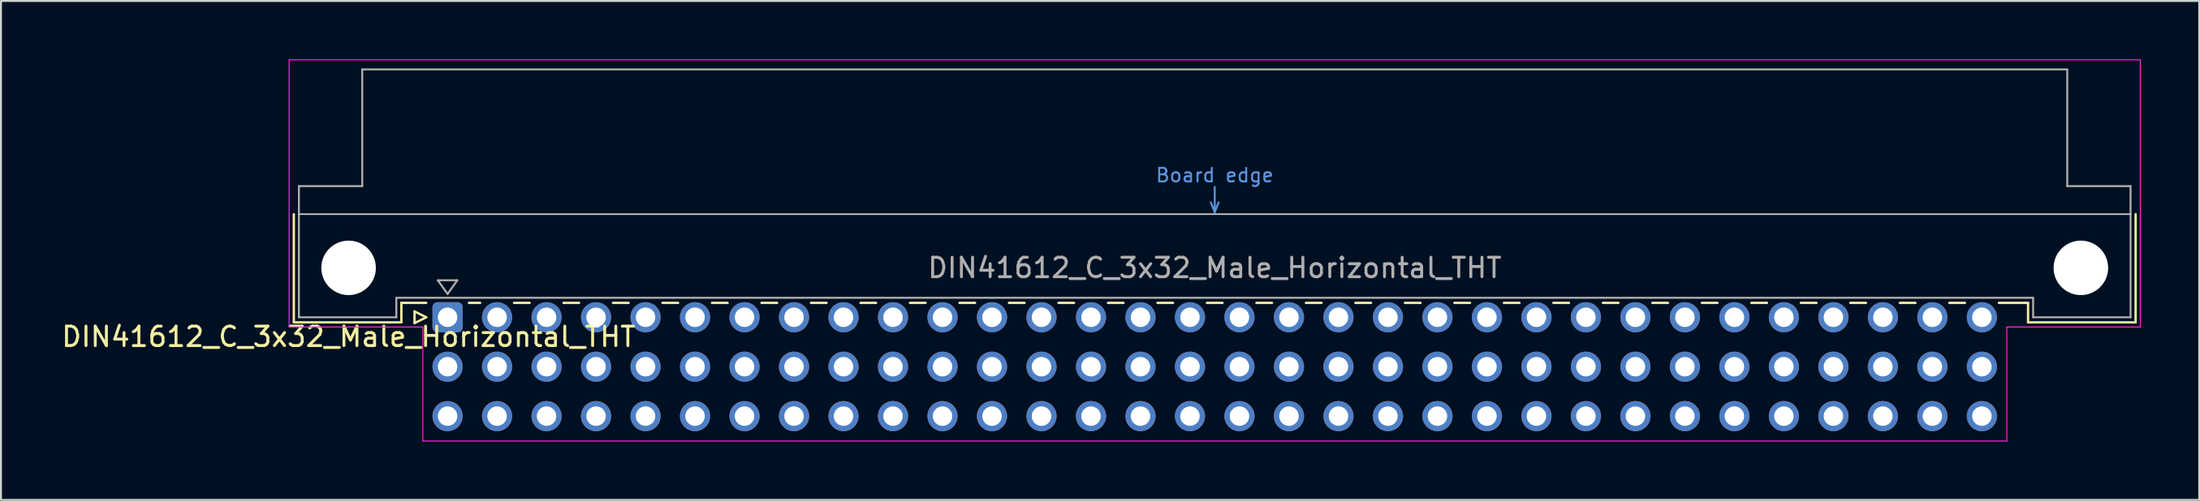
<source format=kicad_pcb>
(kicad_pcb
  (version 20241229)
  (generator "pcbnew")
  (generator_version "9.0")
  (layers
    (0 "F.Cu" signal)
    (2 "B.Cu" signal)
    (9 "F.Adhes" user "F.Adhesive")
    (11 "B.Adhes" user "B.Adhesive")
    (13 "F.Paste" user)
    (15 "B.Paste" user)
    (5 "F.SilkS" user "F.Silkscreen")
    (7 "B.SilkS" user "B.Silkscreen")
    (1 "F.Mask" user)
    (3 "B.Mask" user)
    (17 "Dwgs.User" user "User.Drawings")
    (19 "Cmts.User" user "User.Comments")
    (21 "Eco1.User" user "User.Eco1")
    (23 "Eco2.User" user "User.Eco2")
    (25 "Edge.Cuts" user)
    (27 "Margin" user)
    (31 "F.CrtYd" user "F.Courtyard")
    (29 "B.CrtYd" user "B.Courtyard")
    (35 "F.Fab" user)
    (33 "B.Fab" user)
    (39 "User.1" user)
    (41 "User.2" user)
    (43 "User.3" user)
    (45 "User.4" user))
  (footprint "DIN41612_C_3x32_Male_Horizontal_THT"
    (layer "F.Cu")
    (at 19.919 13.255)
    (property "Reference" "DIN41612_C_3x32_Male_Horizontal_THT" (at -5.08 1 0) (layer "F.SilkS") (effects (font (size 1 1) (thickness 0.15))))
    (attr through_hole)
    (fp_line (start -7.89 -5.3) (end -7.89 0.26) (stroke (width 0.12) (type solid)) (layer "F.SilkS"))
    (fp_line (start -7.89 0.26) (end -2.37 0.26) (stroke (width 0.12) (type solid)) (layer "F.SilkS"))
    (fp_line (start -2.371 -0.74) (end -1.095 -0.74) (stroke (width 0.12) (type solid)) (layer "F.SilkS"))
    (fp_line (start -2.37 0.26) (end -2.37 -0.74) (stroke (width 0.12) (type solid)) (layer "F.SilkS"))
    (fp_line (start -1.695 -0.3) (end -1.695 0.3) (stroke (width 0.12) (type solid)) (layer "F.SilkS"))
    (fp_line (start -1.695 0.3) (end -1.095 0) (stroke (width 0.12) (type solid)) (layer "F.SilkS"))
    (fp_line (start -1.095 0) (end -1.695 -0.3) (stroke (width 0.12) (type solid)) (layer "F.SilkS"))
    (fp_line (start 1.095 -0.74) (end 1.671 -0.74) (stroke (width 0.12) (type solid)) (layer "F.SilkS"))
    (fp_line (start 3.41 -0.74) (end 4.211 -0.74) (stroke (width 0.12) (type solid)) (layer "F.SilkS"))
    (fp_line (start 5.95 -0.74) (end 6.751 -0.74) (stroke (width 0.12) (type solid)) (layer "F.SilkS"))
    (fp_line (start 8.49 -0.74) (end 9.291 -0.74) (stroke (width 0.12) (type solid)) (layer "F.SilkS"))
    (fp_line (start 11.03 -0.74) (end 11.831 -0.74) (stroke (width 0.12) (type solid)) (layer "F.SilkS"))
    (fp_line (start 13.57 -0.74) (end 14.371 -0.74) (stroke (width 0.12) (type solid)) (layer "F.SilkS"))
    (fp_line (start 16.11 -0.74) (end 16.911 -0.74) (stroke (width 0.12) (type solid)) (layer "F.SilkS"))
    (fp_line (start 18.65 -0.74) (end 19.451 -0.74) (stroke (width 0.12) (type solid)) (layer "F.SilkS"))
    (fp_line (start 21.19 -0.74) (end 21.991 -0.74) (stroke (width 0.12) (type solid)) (layer "F.SilkS"))
    (fp_line (start 23.73 -0.74) (end 24.531 -0.74) (stroke (width 0.12) (type solid)) (layer "F.SilkS"))
    (fp_line (start 26.27 -0.74) (end 27.071 -0.74) (stroke (width 0.12) (type solid)) (layer "F.SilkS"))
    (fp_line (start 28.81 -0.74) (end 29.611 -0.74) (stroke (width 0.12) (type solid)) (layer "F.SilkS"))
    (fp_line (start 31.35 -0.74) (end 32.151 -0.74) (stroke (width 0.12) (type solid)) (layer "F.SilkS"))
    (fp_line (start 33.89 -0.74) (end 34.691 -0.74) (stroke (width 0.12) (type solid)) (layer "F.SilkS"))
    (fp_line (start 36.43 -0.74) (end 37.231 -0.74) (stroke (width 0.12) (type solid)) (layer "F.SilkS"))
    (fp_line (start 38.97 -0.74) (end 39.771 -0.74) (stroke (width 0.12) (type solid)) (layer "F.SilkS"))
    (fp_line (start 41.51 -0.74) (end 42.311 -0.74) (stroke (width 0.12) (type solid)) (layer "F.SilkS"))
    (fp_line (start 44.05 -0.74) (end 44.851 -0.74) (stroke (width 0.12) (type solid)) (layer "F.SilkS"))
    (fp_line (start 46.59 -0.74) (end 47.391 -0.74) (stroke (width 0.12) (type solid)) (layer "F.SilkS"))
    (fp_line (start 49.13 -0.74) (end 49.931 -0.74) (stroke (width 0.12) (type solid)) (layer "F.SilkS"))
    (fp_line (start 51.67 -0.74) (end 52.471 -0.74) (stroke (width 0.12) (type solid)) (layer "F.SilkS"))
    (fp_line (start 54.21 -0.74) (end 55.011 -0.74) (stroke (width 0.12) (type solid)) (layer "F.SilkS"))
    (fp_line (start 56.75 -0.74) (end 57.551 -0.74) (stroke (width 0.12) (type solid)) (layer "F.SilkS"))
    (fp_line (start 59.29 -0.74) (end 60.091 -0.74) (stroke (width 0.12) (type solid)) (layer "F.SilkS"))
    (fp_line (start 61.83 -0.74) (end 62.631 -0.74) (stroke (width 0.12) (type solid)) (layer "F.SilkS"))
    (fp_line (start 64.37 -0.74) (end 65.171 -0.74) (stroke (width 0.12) (type solid)) (layer "F.SilkS"))
    (fp_line (start 66.91 -0.74) (end 67.711 -0.74) (stroke (width 0.12) (type solid)) (layer "F.SilkS"))
    (fp_line (start 69.45 -0.74) (end 70.251 -0.74) (stroke (width 0.12) (type solid)) (layer "F.SilkS"))
    (fp_line (start 71.99 -0.74) (end 72.791 -0.74) (stroke (width 0.12) (type solid)) (layer "F.SilkS"))
    (fp_line (start 74.53 -0.74) (end 75.331 -0.74) (stroke (width 0.12) (type solid)) (layer "F.SilkS"))
    (fp_line (start 77.07 -0.74) (end 77.871 -0.74) (stroke (width 0.12) (type solid)) (layer "F.SilkS"))
    (fp_line (start 79.61 -0.74) (end 81.11 -0.74) (stroke (width 0.12) (type solid)) (layer "F.SilkS"))
    (fp_line (start 81.11 0.26) (end 81.11 -0.74) (stroke (width 0.12) (type solid)) (layer "F.SilkS"))
    (fp_line (start 86.63 -5.3) (end 86.63 0.26) (stroke (width 0.12) (type solid)) (layer "F.SilkS"))
    (fp_line (start 86.63 0.26) (end 81.11 0.26) (stroke (width 0.12) (type solid)) (layer "F.SilkS"))
    (fp_line (start -7.63 -5.3) (end 86.37 -5.3) (stroke (width 0.08) (type solid)) (layer "Dwgs.User"))
    (fp_line (start 39.17 -5.9) (end 39.37 -5.4) (stroke (width 0.1) (type solid)) (layer "Cmts.User"))
    (fp_line (start 39.37 -5.4) (end 39.37 -6.7) (stroke (width 0.1) (type solid)) (layer "Cmts.User"))
    (fp_line (start 39.37 -5.4) (end 39.57 -5.9) (stroke (width 0.1) (type solid)) (layer "Cmts.User"))
    (fp_line (start -8.13 -13.23) (end -8.13 0.5) (stroke (width 0.05) (type solid)) (layer "F.CrtYd"))
    (fp_line (start -8.13 0.5) (end -1.27 0.5) (stroke (width 0.05) (type solid)) (layer "F.CrtYd"))
    (fp_line (start -1.27 0.5) (end -1.27 6.36) (stroke (width 0.05) (type solid)) (layer "F.CrtYd"))
    (fp_line (start -1.27 6.36) (end 80.02 6.36) (stroke (width 0.05) (type solid)) (layer "F.CrtYd"))
    (fp_line (start 80.02 0.5) (end 86.87 0.5) (stroke (width 0.05) (type solid)) (layer "F.CrtYd"))
    (fp_line (start 80.02 6.36) (end 80.02 0.5) (stroke (width 0.05) (type solid)) (layer "F.CrtYd"))
    (fp_line (start 86.87 -13.23) (end -8.13 -13.23) (stroke (width 0.05) (type solid)) (layer "F.CrtYd"))
    (fp_line (start 86.87 0.5) (end 86.87 -13.23) (stroke (width 0.05) (type solid)) (layer "F.CrtYd"))
    (fp_line (start -7.63 -6.74) (end -7.63 0) (stroke (width 0.1) (type solid)) (layer "F.Fab"))
    (fp_line (start -7.63 0) (end -2.63 0) (stroke (width 0.1) (type solid)) (layer "F.Fab"))
    (fp_line (start -4.38 -12.74) (end -4.38 -6.74) (stroke (width 0.1) (type solid)) (layer "F.Fab"))
    (fp_line (start -4.38 -6.74) (end -7.63 -6.74) (stroke (width 0.1) (type solid)) (layer "F.Fab"))
    (fp_line (start -2.63 -1) (end 81.37 -1) (stroke (width 0.1) (type solid)) (layer "F.Fab"))
    (fp_line (start -2.63 0) (end -2.63 -1) (stroke (width 0.1) (type solid)) (layer "F.Fab"))
    (fp_line (start -0.5 -1.9) (end 0.5 -1.9) (stroke (width 0.1) (type solid)) (layer "F.Fab"))
    (fp_line (start 0 -1.2) (end -0.5 -1.9) (stroke (width 0.1) (type solid)) (layer "F.Fab"))
    (fp_line (start 0.5 -1.9) (end 0 -1.2) (stroke (width 0.1) (type solid)) (layer "F.Fab"))
    (fp_line (start 81.37 -1) (end 81.37 0) (stroke (width 0.1) (type solid)) (layer "F.Fab"))
    (fp_line (start 81.37 0) (end 86.37 0) (stroke (width 0.1) (type solid)) (layer "F.Fab"))
    (fp_line (start 83.12 -12.74) (end -4.38 -12.74) (stroke (width 0.1) (type solid)) (layer "F.Fab"))
    (fp_line (start 83.12 -6.74) (end 83.12 -12.74) (stroke (width 0.1) (type solid)) (layer "F.Fab"))
    (fp_line (start 86.37 -6.74) (end 83.12 -6.74) (stroke (width 0.1) (type solid)) (layer "F.Fab"))
    (fp_line (start 86.37 0) (end 86.37 -6.74) (stroke (width 0.1) (type solid)) (layer "F.Fab"))
    (fp_text user "Board edge" (at 39.37 -7.3 0) (layer "Cmts.User") (effects (font (size 0.7 0.7) (thickness 0.1))))
    (fp_text user "${REFERENCE}" (at 39.37 -2.54 0) (layer "F.Fab") (effects (font (size 1 1) (thickness 0.15))))
    (pad "" np_thru_hole circle (at -5.08 -2.54) (size 2.8 2.8) (drill 2.8) (layers "*.Cu" "*.Mask"))
    (pad "" np_thru_hole circle (at 83.82 -2.54) (size 2.8 2.8) (drill 2.8) (layers "*.Cu" "*.Mask"))
    (pad "a1" thru_hole roundrect (at 0 0) (size 1.55 1.55) (drill 1) (layers "*.Cu" "*.Mask") (roundrect_rratio 0.161))
    (pad "a2" thru_hole circle (at 2.54 0) (size 1.55 1.55) (drill 1) (layers "*.Cu" "*.Mask"))
    (pad "a3" thru_hole circle (at 5.08 0) (size 1.55 1.55) (drill 1) (layers "*.Cu" "*.Mask"))
    (pad "a4" thru_hole circle (at 7.62 0) (size 1.55 1.55) (drill 1) (layers "*.Cu" "*.Mask"))
    (pad "a5" thru_hole circle (at 10.16 0) (size 1.55 1.55) (drill 1) (layers "*.Cu" "*.Mask"))
    (pad "a6" thru_hole circle (at 12.7 0) (size 1.55 1.55) (drill 1) (layers "*.Cu" "*.Mask"))
    (pad "a7" thru_hole circle (at 15.24 0) (size 1.55 1.55) (drill 1) (layers "*.Cu" "*.Mask"))
    (pad "a8" thru_hole circle (at 17.78 0) (size 1.55 1.55) (drill 1) (layers "*.Cu" "*.Mask"))
    (pad "a9" thru_hole circle (at 20.32 0) (size 1.55 1.55) (drill 1) (layers "*.Cu" "*.Mask"))
    (pad "a10" thru_hole circle (at 22.86 0) (size 1.55 1.55) (drill 1) (layers "*.Cu" "*.Mask"))
    (pad "a11" thru_hole circle (at 25.4 0) (size 1.55 1.55) (drill 1) (layers "*.Cu" "*.Mask"))
    (pad "a12" thru_hole circle (at 27.94 0) (size 1.55 1.55) (drill 1) (layers "*.Cu" "*.Mask"))
    (pad "a13" thru_hole circle (at 30.48 0) (size 1.55 1.55) (drill 1) (layers "*.Cu" "*.Mask"))
    (pad "a14" thru_hole circle (at 33.02 0) (size 1.55 1.55) (drill 1) (layers "*.Cu" "*.Mask"))
    (pad "a15" thru_hole circle (at 35.56 0) (size 1.55 1.55) (drill 1) (layers "*.Cu" "*.Mask"))
    (pad "a16" thru_hole circle (at 38.1 0) (size 1.55 1.55) (drill 1) (layers "*.Cu" "*.Mask"))
    (pad "a17" thru_hole circle (at 40.64 0) (size 1.55 1.55) (drill 1) (layers "*.Cu" "*.Mask"))
    (pad "a18" thru_hole circle (at 43.18 0) (size 1.55 1.55) (drill 1) (layers "*.Cu" "*.Mask"))
    (pad "a19" thru_hole circle (at 45.72 0) (size 1.55 1.55) (drill 1) (layers "*.Cu" "*.Mask"))
    (pad "a20" thru_hole circle (at 48.26 0) (size 1.55 1.55) (drill 1) (layers "*.Cu" "*.Mask"))
    (pad "a21" thru_hole circle (at 50.8 0) (size 1.55 1.55) (drill 1) (layers "*.Cu" "*.Mask"))
    (pad "a22" thru_hole circle (at 53.34 0) (size 1.55 1.55) (drill 1) (layers "*.Cu" "*.Mask"))
    (pad "a23" thru_hole circle (at 55.88 0) (size 1.55 1.55) (drill 1) (layers "*.Cu" "*.Mask"))
    (pad "a24" thru_hole circle (at 58.42 0) (size 1.55 1.55) (drill 1) (layers "*.Cu" "*.Mask"))
    (pad "a25" thru_hole circle (at 60.96 0) (size 1.55 1.55) (drill 1) (layers "*.Cu" "*.Mask"))
    (pad "a26" thru_hole circle (at 63.5 0) (size 1.55 1.55) (drill 1) (layers "*.Cu" "*.Mask"))
    (pad "a27" thru_hole circle (at 66.04 0) (size 1.55 1.55) (drill 1) (layers "*.Cu" "*.Mask"))
    (pad "a28" thru_hole circle (at 68.58 0) (size 1.55 1.55) (drill 1) (layers "*.Cu" "*.Mask"))
    (pad "a29" thru_hole circle (at 71.12 0) (size 1.55 1.55) (drill 1) (layers "*.Cu" "*.Mask"))
    (pad "a30" thru_hole circle (at 73.66 0) (size 1.55 1.55) (drill 1) (layers "*.Cu" "*.Mask"))
    (pad "a31" thru_hole circle (at 76.2 0) (size 1.55 1.55) (drill 1) (layers "*.Cu" "*.Mask"))
    (pad "a32" thru_hole circle (at 78.74 0) (size 1.55 1.55) (drill 1) (layers "*.Cu" "*.Mask"))
    (pad "b1" thru_hole circle (at 0 2.54) (size 1.55 1.55) (drill 1) (layers "*.Cu" "*.Mask"))
    (pad "b2" thru_hole circle (at 2.54 2.54) (size 1.55 1.55) (drill 1) (layers "*.Cu" "*.Mask"))
    (pad "b3" thru_hole circle (at 5.08 2.54) (size 1.55 1.55) (drill 1) (layers "*.Cu" "*.Mask"))
    (pad "b4" thru_hole circle (at 7.62 2.54) (size 1.55 1.55) (drill 1) (layers "*.Cu" "*.Mask"))
    (pad "b5" thru_hole circle (at 10.16 2.54) (size 1.55 1.55) (drill 1) (layers "*.Cu" "*.Mask"))
    (pad "b6" thru_hole circle (at 12.7 2.54) (size 1.55 1.55) (drill 1) (layers "*.Cu" "*.Mask"))
    (pad "b7" thru_hole circle (at 15.24 2.54) (size 1.55 1.55) (drill 1) (layers "*.Cu" "*.Mask"))
    (pad "b8" thru_hole circle (at 17.78 2.54) (size 1.55 1.55) (drill 1) (layers "*.Cu" "*.Mask"))
    (pad "b9" thru_hole circle (at 20.32 2.54) (size 1.55 1.55) (drill 1) (layers "*.Cu" "*.Mask"))
    (pad "b10" thru_hole circle (at 22.86 2.54) (size 1.55 1.55) (drill 1) (layers "*.Cu" "*.Mask"))
    (pad "b11" thru_hole circle (at 25.4 2.54) (size 1.55 1.55) (drill 1) (layers "*.Cu" "*.Mask"))
    (pad "b12" thru_hole circle (at 27.94 2.54) (size 1.55 1.55) (drill 1) (layers "*.Cu" "*.Mask"))
    (pad "b13" thru_hole circle (at 30.48 2.54) (size 1.55 1.55) (drill 1) (layers "*.Cu" "*.Mask"))
    (pad "b14" thru_hole circle (at 33.02 2.54) (size 1.55 1.55) (drill 1) (layers "*.Cu" "*.Mask"))
    (pad "b15" thru_hole circle (at 35.56 2.54) (size 1.55 1.55) (drill 1) (layers "*.Cu" "*.Mask"))
    (pad "b16" thru_hole circle (at 38.1 2.54) (size 1.55 1.55) (drill 1) (layers "*.Cu" "*.Mask"))
    (pad "b17" thru_hole circle (at 40.64 2.54) (size 1.55 1.55) (drill 1) (layers "*.Cu" "*.Mask"))
    (pad "b18" thru_hole circle (at 43.18 2.54) (size 1.55 1.55) (drill 1) (layers "*.Cu" "*.Mask"))
    (pad "b19" thru_hole circle (at 45.72 2.54) (size 1.55 1.55) (drill 1) (layers "*.Cu" "*.Mask"))
    (pad "b20" thru_hole circle (at 48.26 2.54) (size 1.55 1.55) (drill 1) (layers "*.Cu" "*.Mask"))
    (pad "b21" thru_hole circle (at 50.8 2.54) (size 1.55 1.55) (drill 1) (layers "*.Cu" "*.Mask"))
    (pad "b22" thru_hole circle (at 53.34 2.54) (size 1.55 1.55) (drill 1) (layers "*.Cu" "*.Mask"))
    (pad "b23" thru_hole circle (at 55.88 2.54) (size 1.55 1.55) (drill 1) (layers "*.Cu" "*.Mask"))
    (pad "b24" thru_hole circle (at 58.42 2.54) (size 1.55 1.55) (drill 1) (layers "*.Cu" "*.Mask"))
    (pad "b25" thru_hole circle (at 60.96 2.54) (size 1.55 1.55) (drill 1) (layers "*.Cu" "*.Mask"))
    (pad "b26" thru_hole circle (at 63.5 2.54) (size 1.55 1.55) (drill 1) (layers "*.Cu" "*.Mask"))
    (pad "b27" thru_hole circle (at 66.04 2.54) (size 1.55 1.55) (drill 1) (layers "*.Cu" "*.Mask"))
    (pad "b28" thru_hole circle (at 68.58 2.54) (size 1.55 1.55) (drill 1) (layers "*.Cu" "*.Mask"))
    (pad "b29" thru_hole circle (at 71.12 2.54) (size 1.55 1.55) (drill 1) (layers "*.Cu" "*.Mask"))
    (pad "b30" thru_hole circle (at 73.66 2.54) (size 1.55 1.55) (drill 1) (layers "*.Cu" "*.Mask"))
    (pad "b31" thru_hole circle (at 76.2 2.54) (size 1.55 1.55) (drill 1) (layers "*.Cu" "*.Mask"))
    (pad "b32" thru_hole circle (at 78.74 2.54) (size 1.55 1.55) (drill 1) (layers "*.Cu" "*.Mask"))
    (pad "c1" thru_hole circle (at 0 5.08) (size 1.55 1.55) (drill 1) (layers "*.Cu" "*.Mask"))
    (pad "c2" thru_hole circle (at 2.54 5.08) (size 1.55 1.55) (drill 1) (layers "*.Cu" "*.Mask"))
    (pad "c3" thru_hole circle (at 5.08 5.08) (size 1.55 1.55) (drill 1) (layers "*.Cu" "*.Mask"))
    (pad "c4" thru_hole circle (at 7.62 5.08) (size 1.55 1.55) (drill 1) (layers "*.Cu" "*.Mask"))
    (pad "c5" thru_hole circle (at 10.16 5.08) (size 1.55 1.55) (drill 1) (layers "*.Cu" "*.Mask"))
    (pad "c6" thru_hole circle (at 12.7 5.08) (size 1.55 1.55) (drill 1) (layers "*.Cu" "*.Mask"))
    (pad "c7" thru_hole circle (at 15.24 5.08) (size 1.55 1.55) (drill 1) (layers "*.Cu" "*.Mask"))
    (pad "c8" thru_hole circle (at 17.78 5.08) (size 1.55 1.55) (drill 1) (layers "*.Cu" "*.Mask"))
    (pad "c9" thru_hole circle (at 20.32 5.08) (size 1.55 1.55) (drill 1) (layers "*.Cu" "*.Mask"))
    (pad "c10" thru_hole circle (at 22.86 5.08) (size 1.55 1.55) (drill 1) (layers "*.Cu" "*.Mask"))
    (pad "c11" thru_hole circle (at 25.4 5.08) (size 1.55 1.55) (drill 1) (layers "*.Cu" "*.Mask"))
    (pad "c12" thru_hole circle (at 27.94 5.08) (size 1.55 1.55) (drill 1) (layers "*.Cu" "*.Mask"))
    (pad "c13" thru_hole circle (at 30.48 5.08) (size 1.55 1.55) (drill 1) (layers "*.Cu" "*.Mask"))
    (pad "c14" thru_hole circle (at 33.02 5.08) (size 1.55 1.55) (drill 1) (layers "*.Cu" "*.Mask"))
    (pad "c15" thru_hole circle (at 35.56 5.08) (size 1.55 1.55) (drill 1) (layers "*.Cu" "*.Mask"))
    (pad "c16" thru_hole circle (at 38.1 5.08) (size 1.55 1.55) (drill 1) (layers "*.Cu" "*.Mask"))
    (pad "c17" thru_hole circle (at 40.64 5.08) (size 1.55 1.55) (drill 1) (layers "*.Cu" "*.Mask"))
    (pad "c18" thru_hole circle (at 43.18 5.08) (size 1.55 1.55) (drill 1) (layers "*.Cu" "*.Mask"))
    (pad "c19" thru_hole circle (at 45.72 5.08) (size 1.55 1.55) (drill 1) (layers "*.Cu" "*.Mask"))
    (pad "c20" thru_hole circle (at 48.26 5.08) (size 1.55 1.55) (drill 1) (layers "*.Cu" "*.Mask"))
    (pad "c21" thru_hole circle (at 50.8 5.08) (size 1.55 1.55) (drill 1) (layers "*.Cu" "*.Mask"))
    (pad "c22" thru_hole circle (at 53.34 5.08) (size 1.55 1.55) (drill 1) (layers "*.Cu" "*.Mask"))
    (pad "c23" thru_hole circle (at 55.88 5.08) (size 1.55 1.55) (drill 1) (layers "*.Cu" "*.Mask"))
    (pad "c24" thru_hole circle (at 58.42 5.08) (size 1.55 1.55) (drill 1) (layers "*.Cu" "*.Mask"))
    (pad "c25" thru_hole circle (at 60.96 5.08) (size 1.55 1.55) (drill 1) (layers "*.Cu" "*.Mask"))
    (pad "c26" thru_hole circle (at 63.5 5.08) (size 1.55 1.55) (drill 1) (layers "*.Cu" "*.Mask"))
    (pad "c27" thru_hole circle (at 66.04 5.08) (size 1.55 1.55) (drill 1) (layers "*.Cu" "*.Mask"))
    (pad "c28" thru_hole circle (at 68.58 5.08) (size 1.55 1.55) (drill 1) (layers "*.Cu" "*.Mask"))
    (pad "c29" thru_hole circle (at 71.12 5.08) (size 1.55 1.55) (drill 1) (layers "*.Cu" "*.Mask"))
    (pad "c30" thru_hole circle (at 73.66 5.08) (size 1.55 1.55) (drill 1) (layers "*.Cu" "*.Mask"))
    (pad "c31" thru_hole circle (at 76.2 5.08) (size 1.55 1.55) (drill 1) (layers "*.Cu" "*.Mask"))
    (pad "c32" thru_hole circle (at 78.74 5.08) (size 1.55 1.55) (drill 1) (layers "*.Cu" "*.Mask")))
  (gr_rect
    (start -3 -3)
    (end 109.814 22.64)
    (stroke (width 0.1) (type default))
    (fill no)
    (layer "Edge.Cuts")))
</source>
